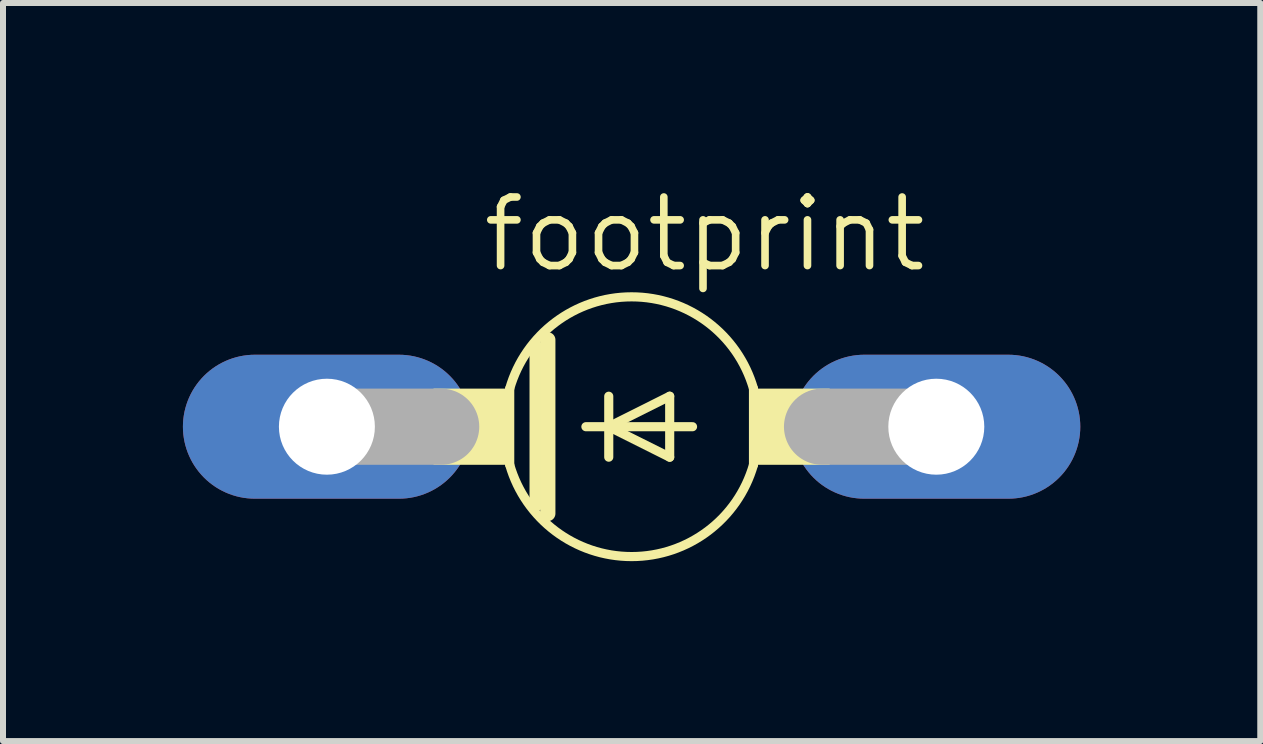
<source format=kicad_pcb>
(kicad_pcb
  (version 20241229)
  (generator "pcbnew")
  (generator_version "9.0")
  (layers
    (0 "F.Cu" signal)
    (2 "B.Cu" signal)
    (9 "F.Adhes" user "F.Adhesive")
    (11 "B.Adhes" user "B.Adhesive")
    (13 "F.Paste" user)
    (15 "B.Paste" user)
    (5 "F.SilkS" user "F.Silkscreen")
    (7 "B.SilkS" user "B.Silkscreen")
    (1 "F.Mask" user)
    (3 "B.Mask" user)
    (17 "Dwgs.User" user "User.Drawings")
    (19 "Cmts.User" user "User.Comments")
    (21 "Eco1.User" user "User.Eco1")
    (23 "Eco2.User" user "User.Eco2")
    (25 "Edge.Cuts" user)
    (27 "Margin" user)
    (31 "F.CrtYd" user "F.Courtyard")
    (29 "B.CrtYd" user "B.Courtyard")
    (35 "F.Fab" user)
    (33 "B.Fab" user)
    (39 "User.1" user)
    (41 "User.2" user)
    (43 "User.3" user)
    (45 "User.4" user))
  (footprint "footprint"
    (layer "F.Cu")
    (at 7.48 4.064)
    (property "Reference" "footprint" (at -2.54 -2.54 0) (layer "F.SilkS") (effects (font (size 1.143 1.143) (thickness 0.127)) (justify left bottom)))
    (fp_line (start -2.032 -0.635) (end -2.032 0.635) (stroke (width 0.152) (type solid)) (layer "F.SilkS"))
    (fp_line (start -1.575 -1.295) (end -1.575 1.27) (stroke (width 0.254) (type solid)) (layer "F.SilkS"))
    (fp_line (start -1.397 -1.448) (end -1.397 1.448) (stroke (width 0.254) (type solid)) (layer "F.SilkS"))
    (fp_line (start -0.762 0) (end -0.381 0) (stroke (width 0.152) (type solid)) (layer "F.SilkS"))
    (fp_line (start -0.381 -0.508) (end -0.381 0) (stroke (width 0.152) (type solid)) (layer "F.SilkS"))
    (fp_line (start -0.381 0) (end -0.381 0.508) (stroke (width 0.152) (type solid)) (layer "F.SilkS"))
    (fp_line (start -0.381 0) (end 0.635 -0.508) (stroke (width 0.152) (type solid)) (layer "F.SilkS"))
    (fp_line (start -0.381 0) (end 1.016 0) (stroke (width 0.152) (type solid)) (layer "F.SilkS"))
    (fp_line (start 0.635 -0.508) (end 0.635 0.508) (stroke (width 0.152) (type solid)) (layer "F.SilkS"))
    (fp_line (start 0.635 0.508) (end -0.381 0) (stroke (width 0.152) (type solid)) (layer "F.SilkS"))
    (fp_line (start 2.032 -0.635) (end 2.032 0.635) (stroke (width 0.152) (type solid)) (layer "F.SilkS"))
    (fp_arc (start -2.032 -0.635) (mid 0.000001 -2.165111) (end 2.032001 -0.634998) (stroke (width 0.1524) (type solid)) (layer "F.SilkS"))
    (fp_arc (start 2.032001 0.634998) (mid 0.000001 2.165111) (end -2.032 0.635) (stroke (width 0.1524) (type solid)) (layer "F.SilkS"))
    (fp_poly (pts (xy -3.302 0.635) (xy -2.032 0.635) (xy -2.032 -0.635) (xy -3.302 -0.635)) (stroke (width 0) (type solid)) (fill yes) (layer "F.SilkS"))
    (fp_poly (pts (xy 2.032 0.635) (xy 3.302 0.635) (xy 3.302 -0.635) (xy 2.032 -0.635)) (stroke (width 0) (type solid)) (fill yes) (layer "F.SilkS"))
    (fp_line (start -5.08 0) (end -3.175 0) (stroke (width 1.27) (type solid)) (layer "F.Fab"))
    (fp_line (start 5.08 0) (end 3.175 0) (stroke (width 1.27) (type solid)) (layer "F.Fab"))
    (pad "A" thru_hole oval (at 5.08 0) (size 4.801 2.4) (drill 1.6) (layers "*.Cu" "*.Mask"))
    (pad "C" thru_hole oval (at -5.08 0) (size 4.801 2.4) (drill 1.6) (layers "*.Cu" "*.Mask")))
  (gr_rect
    (start -3 -3)
    (end 17.961 9.305)
    (stroke (width 0.1) (type default))
    (fill no)
    (layer "Edge.Cuts")))
</source>
